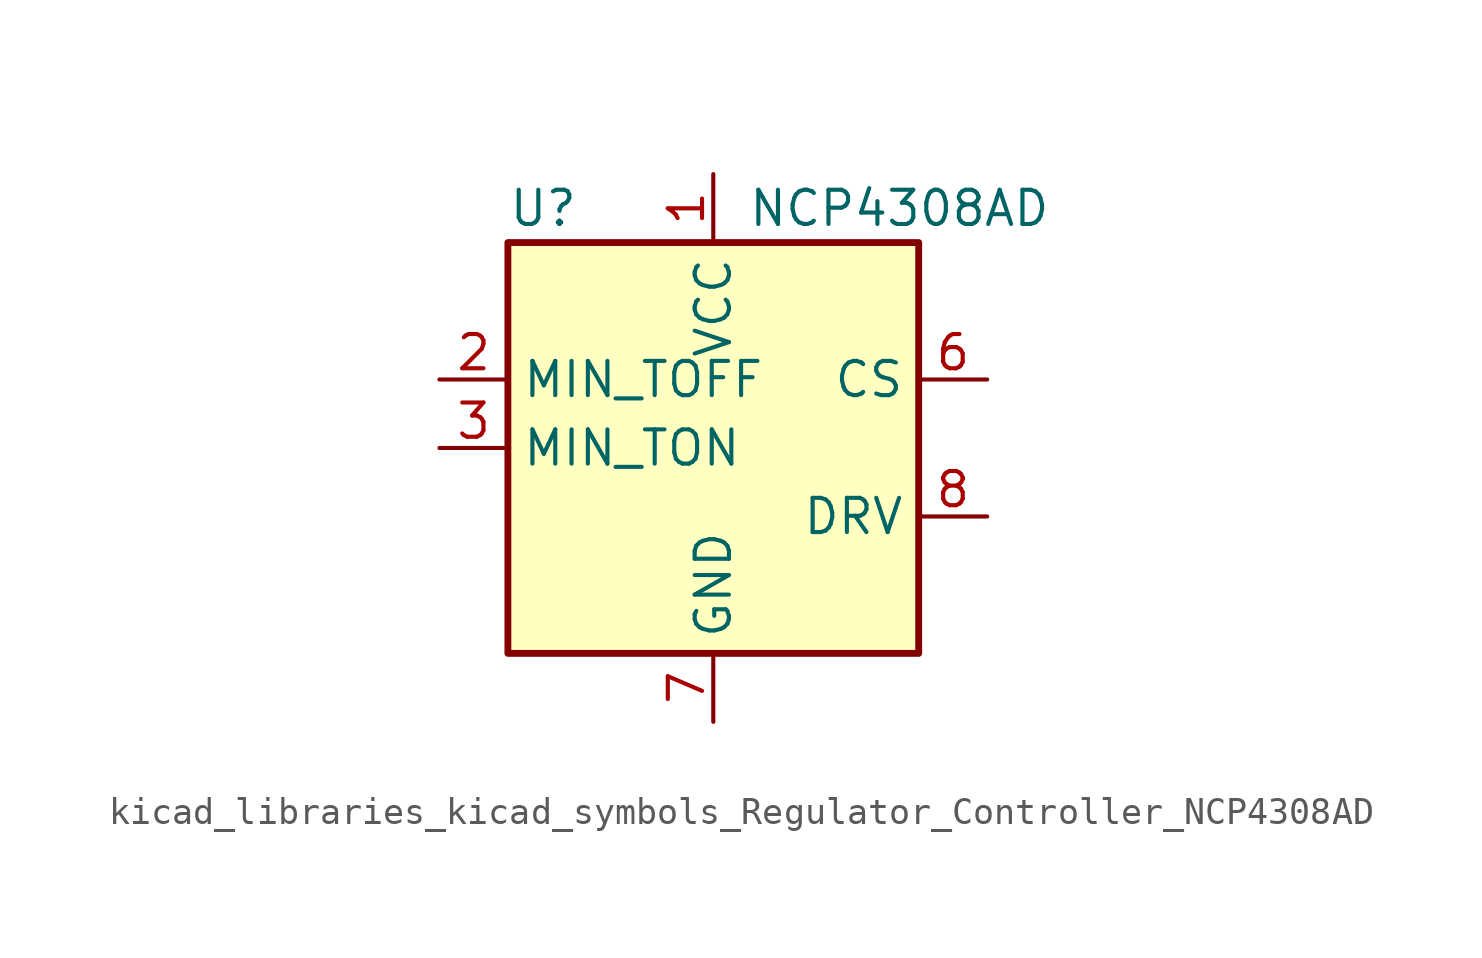
<source format=kicad_sym>
(kicad_symbol_lib
  (version 20220914)
  (generator kicad_symbol_editor)
  (symbol "kicad_libraries_kicad_symbols_Regulator_Controller_NCP4308AD"
    (property "Reference" "U"
      (at -7.62 8.89 0)
      (effects (font (size 1.27 1.27)) (justify left)))
    (property "Value" "NCP4308AD"
      (at 1.27 8.89 0)
      (effects (font (size 1.27 1.27)) (justify left)))
    (symbol "kicad_libraries_kicad_symbols_Regulator_Controller_NCP4308AD_0_1"
      (rectangle (start -7.62 7.62) (end 7.62 -7.62) (stroke (width 0.254) (type default)) (fill (type background))))
    (symbol "kicad_libraries_kicad_symbols_Regulator_Controller_NCP4308AD_1_1"
      (pin power_in line (at 0 10.16 270) (length 2.54) (name "VCC" (effects (font (size 1.27 1.27)))) (number "1" (effects (font (size 1.27 1.27)))))
      (pin passive line (at -10.16 2.54 0) (length 2.54) (name "MIN_TOFF" (effects (font (size 1.27 1.27)))) (number "2" (effects (font (size 1.27 1.27)))))
      (pin passive line (at -10.16 0 0) (length 2.54) (name "MIN_TON" (effects (font (size 1.27 1.27)))) (number "3" (effects (font (size 1.27 1.27)))))
      (pin no_connect line (at 7.62 -5.08 180) (length 2.54) hide (name "NC" (effects (font (size 1.27 1.27)))) (number "4" (effects (font (size 1.27 1.27)))))
      (pin no_connect line (at 7.62 -7.62 180) (length 2.54) hide (name "NC" (effects (font (size 1.27 1.27)))) (number "5" (effects (font (size 1.27 1.27)))))
      (pin input line (at 10.16 2.54 180) (length 2.54) (name "CS" (effects (font (size 1.27 1.27)))) (number "6" (effects (font (size 1.27 1.27)))))
      (pin power_in line (at 0 -10.16 90) (length 2.54) (name "GND" (effects (font (size 1.27 1.27)))) (number "7" (effects (font (size 1.27 1.27)))))
      (pin output line (at 10.16 -2.54 180) (length 2.54) (name "DRV" (effects (font (size 1.27 1.27)))) (number "8" (effects (font (size 1.27 1.27))))))))
</source>
